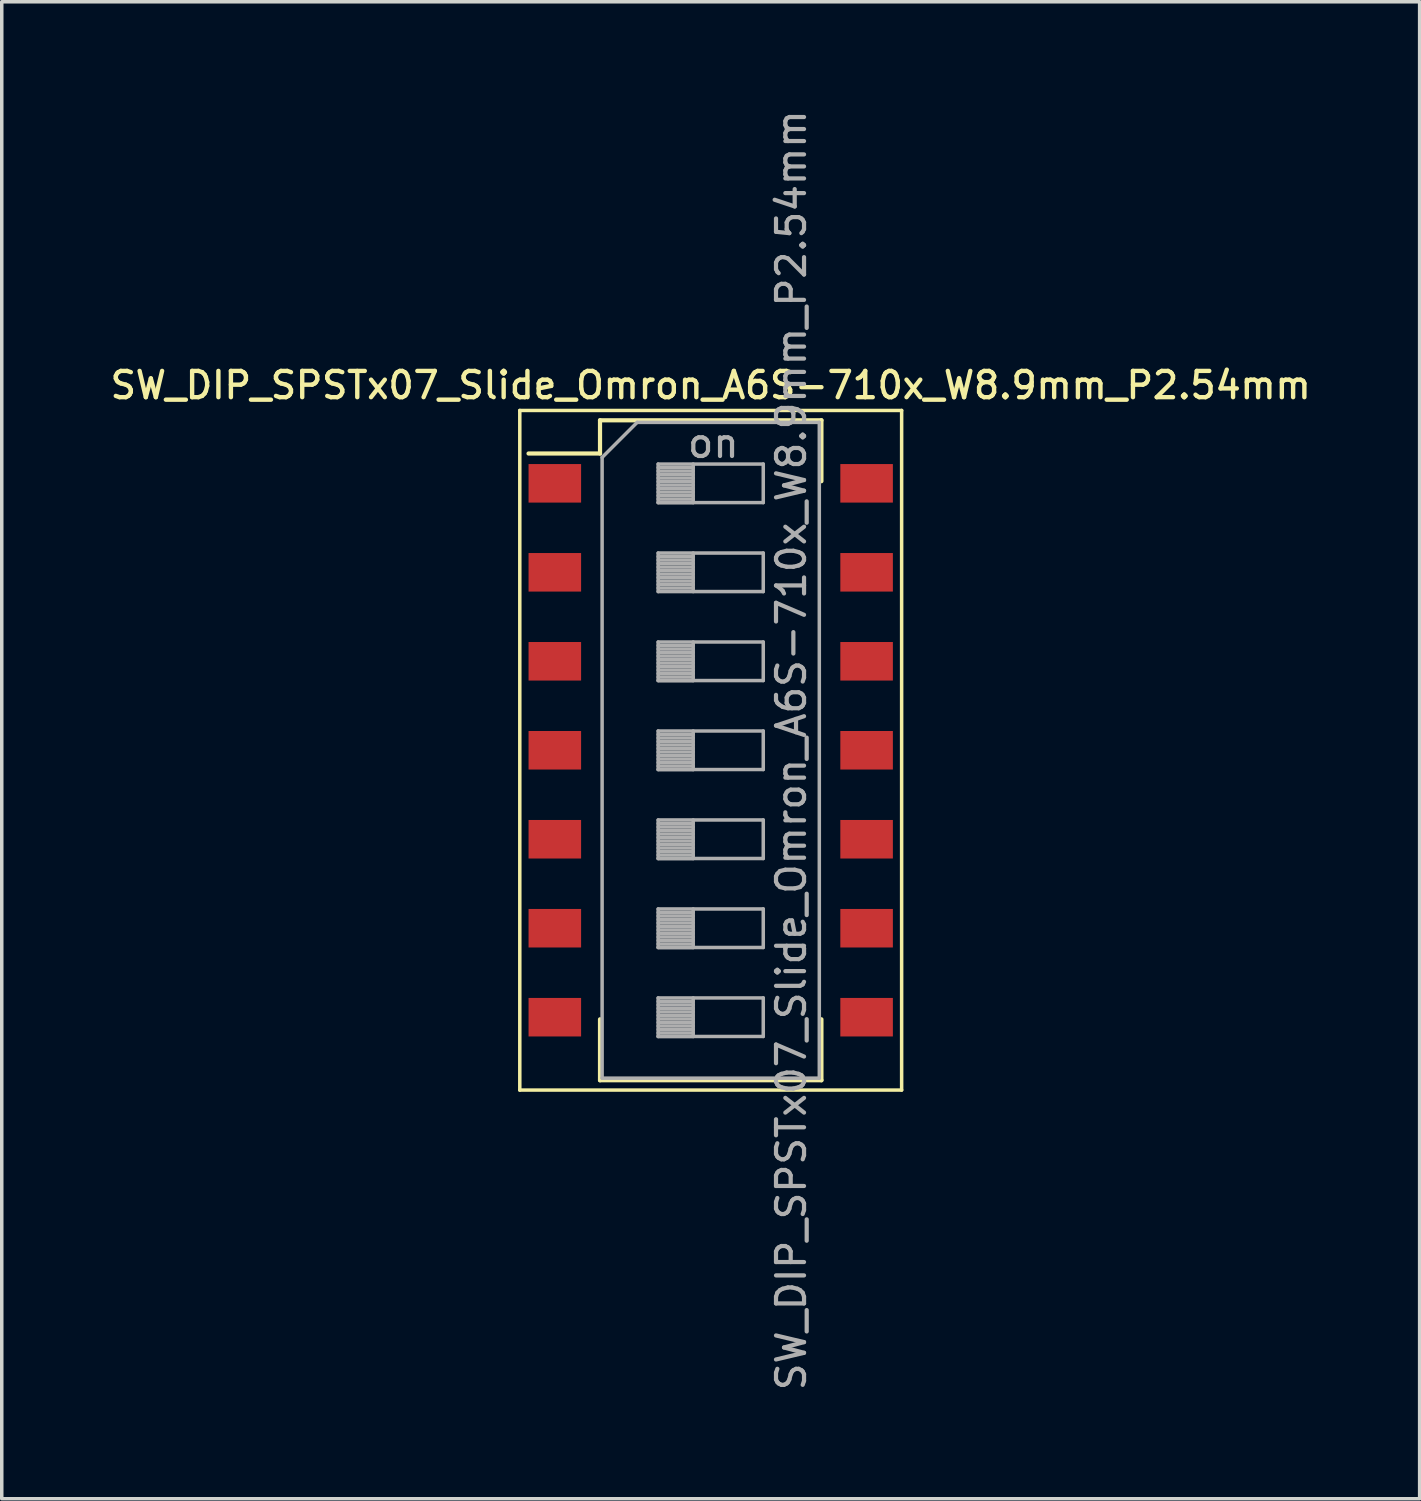
<source format=kicad_pcb>
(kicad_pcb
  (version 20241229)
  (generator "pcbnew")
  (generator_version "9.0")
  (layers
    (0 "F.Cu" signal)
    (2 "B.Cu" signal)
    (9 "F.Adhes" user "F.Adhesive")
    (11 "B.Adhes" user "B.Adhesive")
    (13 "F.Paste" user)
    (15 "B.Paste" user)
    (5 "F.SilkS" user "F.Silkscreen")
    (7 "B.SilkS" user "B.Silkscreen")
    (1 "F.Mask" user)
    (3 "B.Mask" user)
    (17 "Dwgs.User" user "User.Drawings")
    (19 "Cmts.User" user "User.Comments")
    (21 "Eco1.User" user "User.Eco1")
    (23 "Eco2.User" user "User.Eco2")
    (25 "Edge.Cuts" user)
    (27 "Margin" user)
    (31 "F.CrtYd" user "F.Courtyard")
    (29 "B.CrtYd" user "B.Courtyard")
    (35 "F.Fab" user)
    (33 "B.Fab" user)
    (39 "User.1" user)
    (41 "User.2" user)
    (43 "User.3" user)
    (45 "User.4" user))
  (footprint "SW_DIP_SPSTx07_Slide_Omron_A6S-710x_W8.9mm_P2.54mm"
    (layer "F.Cu")
    (at 17.238 18.367)
    (property "Reference" "SW_DIP_SPSTx07_Slide_Omron_A6S-710x_W8.9mm_P2.54mm" (at 0 -10.42 0) (layer "F.SilkS") (effects (font (size 0.75 0.75) (thickness 0.125))))
    (attr smd)
    (fp_line (start -5.45 -9.7) (end -5.45 9.7) (stroke (width 0.1) (type solid)) (layer "F.SilkS"))
    (fp_line (start -5.45 9.7) (end 5.45 9.7) (stroke (width 0.1) (type solid)) (layer "F.SilkS"))
    (fp_line (start -5.2 -8.471) (end -3.16 -8.471) (stroke (width 0.12) (type solid)) (layer "F.SilkS"))
    (fp_line (start -3.16 -9.42) (end -3.16 -8.471) (stroke (width 0.12) (type solid)) (layer "F.SilkS"))
    (fp_line (start -3.16 -9.42) (end 3.16 -9.42) (stroke (width 0.12) (type solid)) (layer "F.SilkS"))
    (fp_line (start -3.16 7.68) (end -3.16 9.42) (stroke (width 0.12) (type solid)) (layer "F.SilkS"))
    (fp_line (start -3.16 9.42) (end 3.16 9.42) (stroke (width 0.12) (type solid)) (layer "F.SilkS"))
    (fp_line (start 3.16 -9.42) (end 3.16 -7.681) (stroke (width 0.12) (type solid)) (layer "F.SilkS"))
    (fp_line (start 3.16 7.68) (end 3.16 9.42) (stroke (width 0.12) (type solid)) (layer "F.SilkS"))
    (fp_line (start 5.45 -9.7) (end -5.45 -9.7) (stroke (width 0.1) (type solid)) (layer "F.SilkS"))
    (fp_line (start 5.45 9.7) (end 5.45 -9.7) (stroke (width 0.1) (type solid)) (layer "F.SilkS"))
    (fp_line (start -3.1 -8.36) (end -2.1 -9.36) (stroke (width 0.1) (type solid)) (layer "F.Fab"))
    (fp_line (start -3.1 9.36) (end -3.1 -8.36) (stroke (width 0.1) (type solid)) (layer "F.Fab"))
    (fp_line (start -2.1 -9.36) (end 3.1 -9.36) (stroke (width 0.1) (type solid)) (layer "F.Fab"))
    (fp_line (start -1.5 -8.17) (end -1.5 -7.07) (stroke (width 0.1) (type solid)) (layer "F.Fab"))
    (fp_line (start -1.5 -8.07) (end -0.5 -8.07) (stroke (width 0.1) (type solid)) (layer "F.Fab"))
    (fp_line (start -1.5 -7.97) (end -0.5 -7.97) (stroke (width 0.1) (type solid)) (layer "F.Fab"))
    (fp_line (start -1.5 -7.87) (end -0.5 -7.87) (stroke (width 0.1) (type solid)) (layer "F.Fab"))
    (fp_line (start -1.5 -7.77) (end -0.5 -7.77) (stroke (width 0.1) (type solid)) (layer "F.Fab"))
    (fp_line (start -1.5 -7.67) (end -0.5 -7.67) (stroke (width 0.1) (type solid)) (layer "F.Fab"))
    (fp_line (start -1.5 -7.57) (end -0.5 -7.57) (stroke (width 0.1) (type solid)) (layer "F.Fab"))
    (fp_line (start -1.5 -7.47) (end -0.5 -7.47) (stroke (width 0.1) (type solid)) (layer "F.Fab"))
    (fp_line (start -1.5 -7.37) (end -0.5 -7.37) (stroke (width 0.1) (type solid)) (layer "F.Fab"))
    (fp_line (start -1.5 -7.27) (end -0.5 -7.27) (stroke (width 0.1) (type solid)) (layer "F.Fab"))
    (fp_line (start -1.5 -7.17) (end -0.5 -7.17) (stroke (width 0.1) (type solid)) (layer "F.Fab"))
    (fp_line (start -1.5 -7.07) (end -0.5 -7.07) (stroke (width 0.1) (type solid)) (layer "F.Fab"))
    (fp_line (start -1.5 -7.07) (end 1.5 -7.07) (stroke (width 0.1) (type solid)) (layer "F.Fab"))
    (fp_line (start -1.5 -5.63) (end -1.5 -4.53) (stroke (width 0.1) (type solid)) (layer "F.Fab"))
    (fp_line (start -1.5 -5.53) (end -0.5 -5.53) (stroke (width 0.1) (type solid)) (layer "F.Fab"))
    (fp_line (start -1.5 -5.43) (end -0.5 -5.43) (stroke (width 0.1) (type solid)) (layer "F.Fab"))
    (fp_line (start -1.5 -5.33) (end -0.5 -5.33) (stroke (width 0.1) (type solid)) (layer "F.Fab"))
    (fp_line (start -1.5 -5.23) (end -0.5 -5.23) (stroke (width 0.1) (type solid)) (layer "F.Fab"))
    (fp_line (start -1.5 -5.13) (end -0.5 -5.13) (stroke (width 0.1) (type solid)) (layer "F.Fab"))
    (fp_line (start -1.5 -5.03) (end -0.5 -5.03) (stroke (width 0.1) (type solid)) (layer "F.Fab"))
    (fp_line (start -1.5 -4.93) (end -0.5 -4.93) (stroke (width 0.1) (type solid)) (layer "F.Fab"))
    (fp_line (start -1.5 -4.83) (end -0.5 -4.83) (stroke (width 0.1) (type solid)) (layer "F.Fab"))
    (fp_line (start -1.5 -4.73) (end -0.5 -4.73) (stroke (width 0.1) (type solid)) (layer "F.Fab"))
    (fp_line (start -1.5 -4.63) (end -0.5 -4.63) (stroke (width 0.1) (type solid)) (layer "F.Fab"))
    (fp_line (start -1.5 -4.53) (end 1.5 -4.53) (stroke (width 0.1) (type solid)) (layer "F.Fab"))
    (fp_line (start -1.5 -3.09) (end -1.5 -1.99) (stroke (width 0.1) (type solid)) (layer "F.Fab"))
    (fp_line (start -1.5 -2.99) (end -0.5 -2.99) (stroke (width 0.1) (type solid)) (layer "F.Fab"))
    (fp_line (start -1.5 -2.89) (end -0.5 -2.89) (stroke (width 0.1) (type solid)) (layer "F.Fab"))
    (fp_line (start -1.5 -2.79) (end -0.5 -2.79) (stroke (width 0.1) (type solid)) (layer "F.Fab"))
    (fp_line (start -1.5 -2.69) (end -0.5 -2.69) (stroke (width 0.1) (type solid)) (layer "F.Fab"))
    (fp_line (start -1.5 -2.59) (end -0.5 -2.59) (stroke (width 0.1) (type solid)) (layer "F.Fab"))
    (fp_line (start -1.5 -2.49) (end -0.5 -2.49) (stroke (width 0.1) (type solid)) (layer "F.Fab"))
    (fp_line (start -1.5 -2.39) (end -0.5 -2.39) (stroke (width 0.1) (type solid)) (layer "F.Fab"))
    (fp_line (start -1.5 -2.29) (end -0.5 -2.29) (stroke (width 0.1) (type solid)) (layer "F.Fab"))
    (fp_line (start -1.5 -2.19) (end -0.5 -2.19) (stroke (width 0.1) (type solid)) (layer "F.Fab"))
    (fp_line (start -1.5 -2.09) (end -0.5 -2.09) (stroke (width 0.1) (type solid)) (layer "F.Fab"))
    (fp_line (start -1.5 -1.99) (end -0.5 -1.99) (stroke (width 0.1) (type solid)) (layer "F.Fab"))
    (fp_line (start -1.5 -1.99) (end 1.5 -1.99) (stroke (width 0.1) (type solid)) (layer "F.Fab"))
    (fp_line (start -1.5 -0.55) (end -1.5 0.55) (stroke (width 0.1) (type solid)) (layer "F.Fab"))
    (fp_line (start -1.5 -0.45) (end -0.5 -0.45) (stroke (width 0.1) (type solid)) (layer "F.Fab"))
    (fp_line (start -1.5 -0.35) (end -0.5 -0.35) (stroke (width 0.1) (type solid)) (layer "F.Fab"))
    (fp_line (start -1.5 -0.25) (end -0.5 -0.25) (stroke (width 0.1) (type solid)) (layer "F.Fab"))
    (fp_line (start -1.5 -0.15) (end -0.5 -0.15) (stroke (width 0.1) (type solid)) (layer "F.Fab"))
    (fp_line (start -1.5 -0.05) (end -0.5 -0.05) (stroke (width 0.1) (type solid)) (layer "F.Fab"))
    (fp_line (start -1.5 0.05) (end -0.5 0.05) (stroke (width 0.1) (type solid)) (layer "F.Fab"))
    (fp_line (start -1.5 0.15) (end -0.5 0.15) (stroke (width 0.1) (type solid)) (layer "F.Fab"))
    (fp_line (start -1.5 0.25) (end -0.5 0.25) (stroke (width 0.1) (type solid)) (layer "F.Fab"))
    (fp_line (start -1.5 0.35) (end -0.5 0.35) (stroke (width 0.1) (type solid)) (layer "F.Fab"))
    (fp_line (start -1.5 0.45) (end -0.5 0.45) (stroke (width 0.1) (type solid)) (layer "F.Fab"))
    (fp_line (start -1.5 0.55) (end -0.5 0.55) (stroke (width 0.1) (type solid)) (layer "F.Fab"))
    (fp_line (start -1.5 0.55) (end 1.5 0.55) (stroke (width 0.1) (type solid)) (layer "F.Fab"))
    (fp_line (start -1.5 1.99) (end -1.5 3.09) (stroke (width 0.1) (type solid)) (layer "F.Fab"))
    (fp_line (start -1.5 2.09) (end -0.5 2.09) (stroke (width 0.1) (type solid)) (layer "F.Fab"))
    (fp_line (start -1.5 2.19) (end -0.5 2.19) (stroke (width 0.1) (type solid)) (layer "F.Fab"))
    (fp_line (start -1.5 2.29) (end -0.5 2.29) (stroke (width 0.1) (type solid)) (layer "F.Fab"))
    (fp_line (start -1.5 2.39) (end -0.5 2.39) (stroke (width 0.1) (type solid)) (layer "F.Fab"))
    (fp_line (start -1.5 2.49) (end -0.5 2.49) (stroke (width 0.1) (type solid)) (layer "F.Fab"))
    (fp_line (start -1.5 2.59) (end -0.5 2.59) (stroke (width 0.1) (type solid)) (layer "F.Fab"))
    (fp_line (start -1.5 2.69) (end -0.5 2.69) (stroke (width 0.1) (type solid)) (layer "F.Fab"))
    (fp_line (start -1.5 2.79) (end -0.5 2.79) (stroke (width 0.1) (type solid)) (layer "F.Fab"))
    (fp_line (start -1.5 2.89) (end -0.5 2.89) (stroke (width 0.1) (type solid)) (layer "F.Fab"))
    (fp_line (start -1.5 2.99) (end -0.5 2.99) (stroke (width 0.1) (type solid)) (layer "F.Fab"))
    (fp_line (start -1.5 3.09) (end -0.5 3.09) (stroke (width 0.1) (type solid)) (layer "F.Fab"))
    (fp_line (start -1.5 3.09) (end 1.5 3.09) (stroke (width 0.1) (type solid)) (layer "F.Fab"))
    (fp_line (start -1.5 4.53) (end -1.5 5.63) (stroke (width 0.1) (type solid)) (layer "F.Fab"))
    (fp_line (start -1.5 4.63) (end -0.5 4.63) (stroke (width 0.1) (type solid)) (layer "F.Fab"))
    (fp_line (start -1.5 4.73) (end -0.5 4.73) (stroke (width 0.1) (type solid)) (layer "F.Fab"))
    (fp_line (start -1.5 4.83) (end -0.5 4.83) (stroke (width 0.1) (type solid)) (layer "F.Fab"))
    (fp_line (start -1.5 4.93) (end -0.5 4.93) (stroke (width 0.1) (type solid)) (layer "F.Fab"))
    (fp_line (start -1.5 5.03) (end -0.5 5.03) (stroke (width 0.1) (type solid)) (layer "F.Fab"))
    (fp_line (start -1.5 5.13) (end -0.5 5.13) (stroke (width 0.1) (type solid)) (layer "F.Fab"))
    (fp_line (start -1.5 5.23) (end -0.5 5.23) (stroke (width 0.1) (type solid)) (layer "F.Fab"))
    (fp_line (start -1.5 5.33) (end -0.5 5.33) (stroke (width 0.1) (type solid)) (layer "F.Fab"))
    (fp_line (start -1.5 5.43) (end -0.5 5.43) (stroke (width 0.1) (type solid)) (layer "F.Fab"))
    (fp_line (start -1.5 5.53) (end -0.5 5.53) (stroke (width 0.1) (type solid)) (layer "F.Fab"))
    (fp_line (start -1.5 5.63) (end -0.5 5.63) (stroke (width 0.1) (type solid)) (layer "F.Fab"))
    (fp_line (start -1.5 5.63) (end 1.5 5.63) (stroke (width 0.1) (type solid)) (layer "F.Fab"))
    (fp_line (start -1.5 7.07) (end -1.5 8.17) (stroke (width 0.1) (type solid)) (layer "F.Fab"))
    (fp_line (start -1.5 7.17) (end -0.5 7.17) (stroke (width 0.1) (type solid)) (layer "F.Fab"))
    (fp_line (start -1.5 7.27) (end -0.5 7.27) (stroke (width 0.1) (type solid)) (layer "F.Fab"))
    (fp_line (start -1.5 7.37) (end -0.5 7.37) (stroke (width 0.1) (type solid)) (layer "F.Fab"))
    (fp_line (start -1.5 7.47) (end -0.5 7.47) (stroke (width 0.1) (type solid)) (layer "F.Fab"))
    (fp_line (start -1.5 7.57) (end -0.5 7.57) (stroke (width 0.1) (type solid)) (layer "F.Fab"))
    (fp_line (start -1.5 7.67) (end -0.5 7.67) (stroke (width 0.1) (type solid)) (layer "F.Fab"))
    (fp_line (start -1.5 7.77) (end -0.5 7.77) (stroke (width 0.1) (type solid)) (layer "F.Fab"))
    (fp_line (start -1.5 7.87) (end -0.5 7.87) (stroke (width 0.1) (type solid)) (layer "F.Fab"))
    (fp_line (start -1.5 7.97) (end -0.5 7.97) (stroke (width 0.1) (type solid)) (layer "F.Fab"))
    (fp_line (start -1.5 8.07) (end -0.5 8.07) (stroke (width 0.1) (type solid)) (layer "F.Fab"))
    (fp_line (start -1.5 8.17) (end -0.5 8.17) (stroke (width 0.1) (type solid)) (layer "F.Fab"))
    (fp_line (start -1.5 8.17) (end 1.5 8.17) (stroke (width 0.1) (type solid)) (layer "F.Fab"))
    (fp_line (start -0.5 -8.17) (end -0.5 -7.07) (stroke (width 0.1) (type solid)) (layer "F.Fab"))
    (fp_line (start -0.5 -5.63) (end -0.5 -4.53) (stroke (width 0.1) (type solid)) (layer "F.Fab"))
    (fp_line (start -0.5 -3.09) (end -0.5 -1.99) (stroke (width 0.1) (type solid)) (layer "F.Fab"))
    (fp_line (start -0.5 -0.55) (end -0.5 0.55) (stroke (width 0.1) (type solid)) (layer "F.Fab"))
    (fp_line (start -0.5 1.99) (end -0.5 3.09) (stroke (width 0.1) (type solid)) (layer "F.Fab"))
    (fp_line (start -0.5 4.53) (end -0.5 5.63) (stroke (width 0.1) (type solid)) (layer "F.Fab"))
    (fp_line (start -0.5 7.07) (end -0.5 8.17) (stroke (width 0.1) (type solid)) (layer "F.Fab"))
    (fp_line (start 1.5 -8.17) (end -1.5 -8.17) (stroke (width 0.1) (type solid)) (layer "F.Fab"))
    (fp_line (start 1.5 -7.07) (end 1.5 -8.17) (stroke (width 0.1) (type solid)) (layer "F.Fab"))
    (fp_line (start 1.5 -5.63) (end -1.5 -5.63) (stroke (width 0.1) (type solid)) (layer "F.Fab"))
    (fp_line (start 1.5 -4.53) (end 1.5 -5.63) (stroke (width 0.1) (type solid)) (layer "F.Fab"))
    (fp_line (start 1.5 -3.09) (end -1.5 -3.09) (stroke (width 0.1) (type solid)) (layer "F.Fab"))
    (fp_line (start 1.5 -1.99) (end 1.5 -3.09) (stroke (width 0.1) (type solid)) (layer "F.Fab"))
    (fp_line (start 1.5 -0.55) (end -1.5 -0.55) (stroke (width 0.1) (type solid)) (layer "F.Fab"))
    (fp_line (start 1.5 0.55) (end 1.5 -0.55) (stroke (width 0.1) (type solid)) (layer "F.Fab"))
    (fp_line (start 1.5 1.99) (end -1.5 1.99) (stroke (width 0.1) (type solid)) (layer "F.Fab"))
    (fp_line (start 1.5 3.09) (end 1.5 1.99) (stroke (width 0.1) (type solid)) (layer "F.Fab"))
    (fp_line (start 1.5 4.53) (end -1.5 4.53) (stroke (width 0.1) (type solid)) (layer "F.Fab"))
    (fp_line (start 1.5 5.63) (end 1.5 4.53) (stroke (width 0.1) (type solid)) (layer "F.Fab"))
    (fp_line (start 1.5 7.07) (end -1.5 7.07) (stroke (width 0.1) (type solid)) (layer "F.Fab"))
    (fp_line (start 1.5 8.17) (end 1.5 7.07) (stroke (width 0.1) (type solid)) (layer "F.Fab"))
    (fp_line (start 3.1 -9.36) (end 3.1 9.36) (stroke (width 0.1) (type solid)) (layer "F.Fab"))
    (fp_line (start 3.1 9.36) (end -3.1 9.36) (stroke (width 0.1) (type solid)) (layer "F.Fab"))
    (fp_text user "on" (at 0.075 -8.765 0) (layer "F.Fab") (effects (font (size 0.8 0.8) (thickness 0.12))))
    (fp_text user "${REFERENCE}" (at 2.3 0 90) (layer "F.Fab") (effects (font (size 0.8 0.8) (thickness 0.12))))
    (pad "1" smd rect (at -4.45 -7.62) (size 1.5 1.1) (layers "F.Cu" "F.Mask" "F.Paste"))
    (pad "2" smd rect (at -4.45 -5.08) (size 1.5 1.1) (layers "F.Cu" "F.Mask" "F.Paste"))
    (pad "3" smd rect (at -4.45 -2.54) (size 1.5 1.1) (layers "F.Cu" "F.Mask" "F.Paste"))
    (pad "4" smd rect (at -4.45 0) (size 1.5 1.1) (layers "F.Cu" "F.Mask" "F.Paste"))
    (pad "5" smd rect (at -4.45 2.54) (size 1.5 1.1) (layers "F.Cu" "F.Mask" "F.Paste"))
    (pad "6" smd rect (at -4.45 5.08) (size 1.5 1.1) (layers "F.Cu" "F.Mask" "F.Paste"))
    (pad "7" smd rect (at -4.45 7.62) (size 1.5 1.1) (layers "F.Cu" "F.Mask" "F.Paste"))
    (pad "8" smd rect (at 4.45 7.62) (size 1.5 1.1) (layers "F.Cu" "F.Mask" "F.Paste"))
    (pad "9" smd rect (at 4.45 5.08) (size 1.5 1.1) (layers "F.Cu" "F.Mask" "F.Paste"))
    (pad "10" smd rect (at 4.45 2.54) (size 1.5 1.1) (layers "F.Cu" "F.Mask" "F.Paste"))
    (pad "11" smd rect (at 4.45 0) (size 1.5 1.1) (layers "F.Cu" "F.Mask" "F.Paste"))
    (pad "12" smd rect (at 4.45 -2.54) (size 1.5 1.1) (layers "F.Cu" "F.Mask" "F.Paste"))
    (pad "13" smd rect (at 4.45 -5.08) (size 1.5 1.1) (layers "F.Cu" "F.Mask" "F.Paste"))
    (pad "14" smd rect (at 4.45 -7.62) (size 1.5 1.1) (layers "F.Cu" "F.Mask" "F.Paste")))
  (gr_rect
    (start -3 -3)
    (end 37.475 39.733)
    (stroke (width 0.1) (type default))
    (fill no)
    (layer "Edge.Cuts")))
</source>
